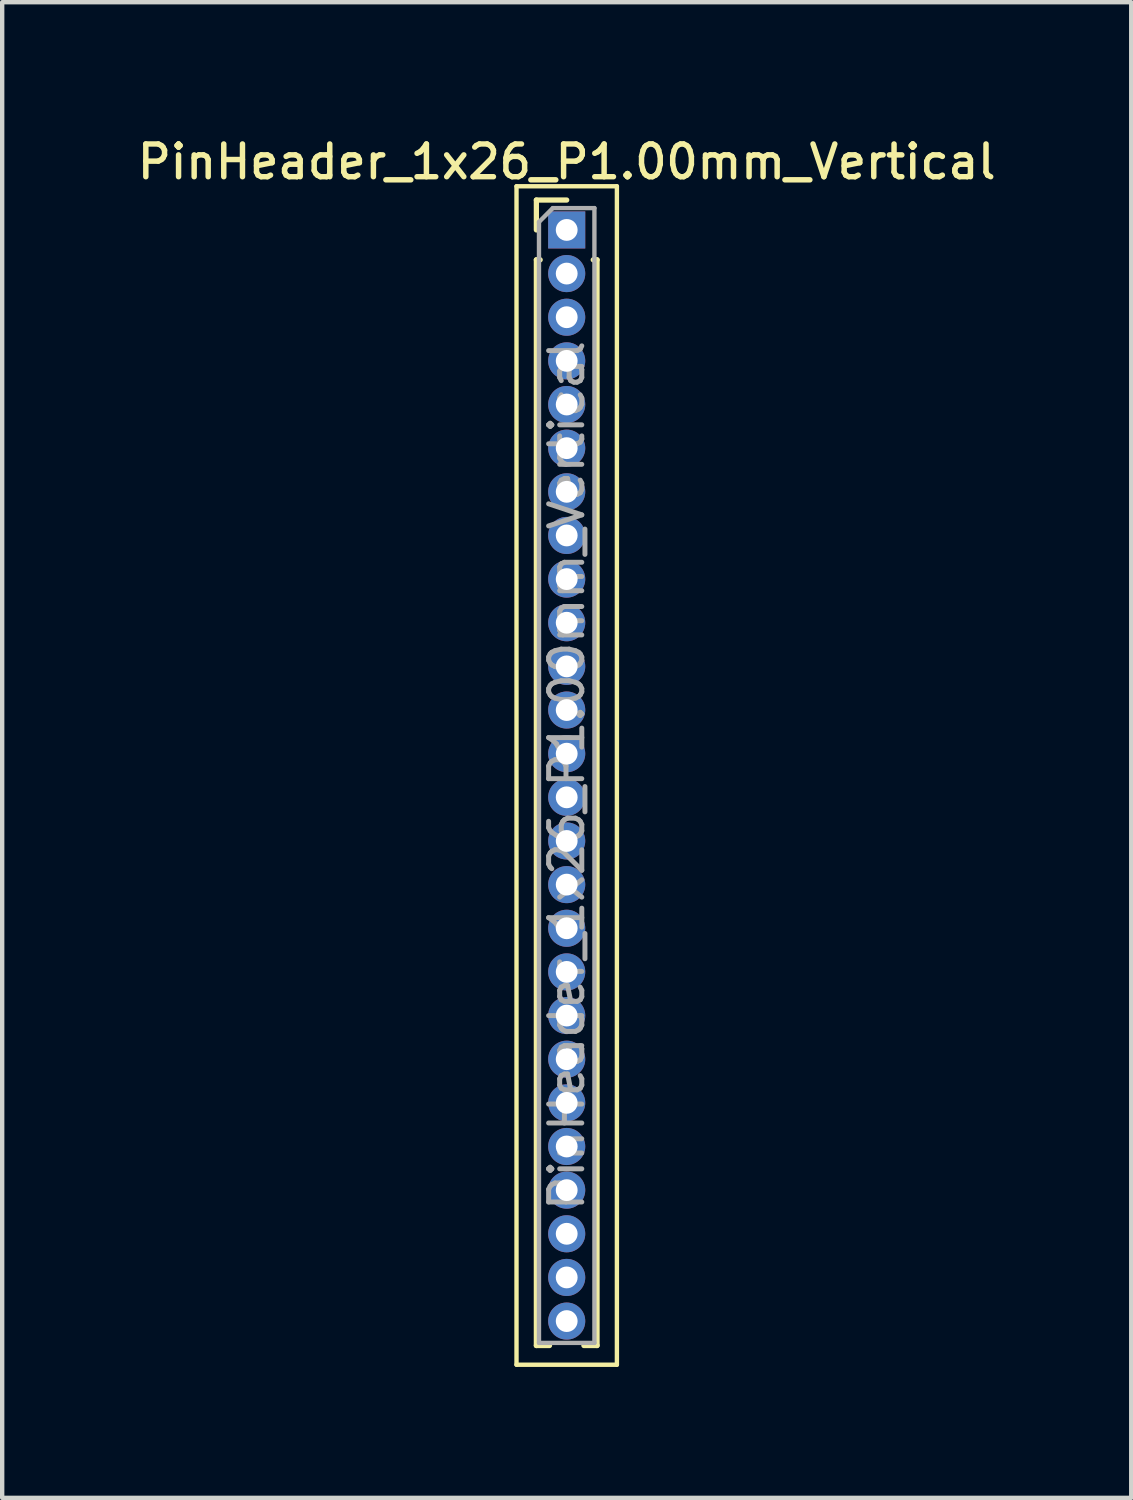
<source format=kicad_pcb>
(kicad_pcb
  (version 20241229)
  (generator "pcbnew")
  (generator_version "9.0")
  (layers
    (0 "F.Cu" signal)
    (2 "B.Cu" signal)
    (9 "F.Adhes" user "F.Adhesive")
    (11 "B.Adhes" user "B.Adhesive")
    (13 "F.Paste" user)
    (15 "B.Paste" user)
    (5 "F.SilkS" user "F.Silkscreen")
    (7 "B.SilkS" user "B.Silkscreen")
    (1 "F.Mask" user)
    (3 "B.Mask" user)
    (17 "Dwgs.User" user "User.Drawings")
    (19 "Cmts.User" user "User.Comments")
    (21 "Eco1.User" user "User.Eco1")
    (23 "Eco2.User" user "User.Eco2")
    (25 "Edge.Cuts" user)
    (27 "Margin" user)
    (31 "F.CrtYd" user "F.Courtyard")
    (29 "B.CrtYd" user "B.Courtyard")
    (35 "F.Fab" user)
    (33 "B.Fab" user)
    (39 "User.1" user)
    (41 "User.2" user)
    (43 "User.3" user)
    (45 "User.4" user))
  (footprint "PinHeader_1x26_P1.00mm_Vertical"
    (layer "F.Cu")
    (at 9.934 2.218)
    (property "Reference" "PinHeader_1x26_P1.00mm_Vertical" (at 0 -1.56 0) (layer "F.SilkS") (effects (font (size 0.75 0.75) (thickness 0.125))))
    (attr through_hole)
    (fp_line (start -1.15 -1) (end -1.15 26) (stroke (width 0.1) (type solid)) (layer "F.SilkS"))
    (fp_line (start -1.15 26) (end 1.15 26) (stroke (width 0.1) (type solid)) (layer "F.SilkS"))
    (fp_line (start -0.695 -0.685) (end 0 -0.685) (stroke (width 0.12) (type solid)) (layer "F.SilkS"))
    (fp_line (start -0.695 0) (end -0.695 -0.685) (stroke (width 0.12) (type solid)) (layer "F.SilkS"))
    (fp_line (start -0.695 0.685) (end -0.695 25.56) (stroke (width 0.12) (type solid)) (layer "F.SilkS"))
    (fp_line (start -0.695 0.685) (end -0.608 0.685) (stroke (width 0.12) (type solid)) (layer "F.SilkS"))
    (fp_line (start -0.695 25.56) (end -0.394 25.56) (stroke (width 0.12) (type solid)) (layer "F.SilkS"))
    (fp_line (start 0.394 25.56) (end 0.695 25.56) (stroke (width 0.12) (type solid)) (layer "F.SilkS"))
    (fp_line (start 0.608 0.685) (end 0.695 0.685) (stroke (width 0.12) (type solid)) (layer "F.SilkS"))
    (fp_line (start 0.695 0.685) (end 0.695 25.56) (stroke (width 0.12) (type solid)) (layer "F.SilkS"))
    (fp_line (start 1.15 -1) (end -1.15 -1) (stroke (width 0.1) (type solid)) (layer "F.SilkS"))
    (fp_line (start 1.15 26) (end 1.15 -1) (stroke (width 0.1) (type solid)) (layer "F.SilkS"))
    (fp_line (start -0.635 -0.182) (end -0.318 -0.5) (stroke (width 0.1) (type solid)) (layer "F.Fab"))
    (fp_line (start -0.635 25.5) (end -0.635 -0.182) (stroke (width 0.1) (type solid)) (layer "F.Fab"))
    (fp_line (start -0.318 -0.5) (end 0.635 -0.5) (stroke (width 0.1) (type solid)) (layer "F.Fab"))
    (fp_line (start 0.635 -0.5) (end 0.635 25.5) (stroke (width 0.1) (type solid)) (layer "F.Fab"))
    (fp_line (start 0.635 25.5) (end -0.635 25.5) (stroke (width 0.1) (type solid)) (layer "F.Fab"))
    (fp_text user "${REFERENCE}" (at 0 12.5 90) (layer "F.Fab") (effects (font (size 0.76 0.76) (thickness 0.114))))
    (pad "1" thru_hole rect (at 0 0) (size 0.85 0.85) (drill 0.5) (layers "*.Cu" "*.Mask"))
    (pad "2" thru_hole oval (at 0 1) (size 0.85 0.85) (drill 0.5) (layers "*.Cu" "*.Mask"))
    (pad "3" thru_hole oval (at 0 2) (size 0.85 0.85) (drill 0.5) (layers "*.Cu" "*.Mask"))
    (pad "4" thru_hole oval (at 0 3) (size 0.85 0.85) (drill 0.5) (layers "*.Cu" "*.Mask"))
    (pad "5" thru_hole oval (at 0 4) (size 0.85 0.85) (drill 0.5) (layers "*.Cu" "*.Mask"))
    (pad "6" thru_hole oval (at 0 5) (size 0.85 0.85) (drill 0.5) (layers "*.Cu" "*.Mask"))
    (pad "7" thru_hole oval (at 0 6) (size 0.85 0.85) (drill 0.5) (layers "*.Cu" "*.Mask"))
    (pad "8" thru_hole oval (at 0 7) (size 0.85 0.85) (drill 0.5) (layers "*.Cu" "*.Mask"))
    (pad "9" thru_hole oval (at 0 8) (size 0.85 0.85) (drill 0.5) (layers "*.Cu" "*.Mask"))
    (pad "10" thru_hole oval (at 0 9) (size 0.85 0.85) (drill 0.5) (layers "*.Cu" "*.Mask"))
    (pad "11" thru_hole oval (at 0 10) (size 0.85 0.85) (drill 0.5) (layers "*.Cu" "*.Mask"))
    (pad "12" thru_hole oval (at 0 11) (size 0.85 0.85) (drill 0.5) (layers "*.Cu" "*.Mask"))
    (pad "13" thru_hole oval (at 0 12) (size 0.85 0.85) (drill 0.5) (layers "*.Cu" "*.Mask"))
    (pad "14" thru_hole oval (at 0 13) (size 0.85 0.85) (drill 0.5) (layers "*.Cu" "*.Mask"))
    (pad "15" thru_hole oval (at 0 14) (size 0.85 0.85) (drill 0.5) (layers "*.Cu" "*.Mask"))
    (pad "16" thru_hole oval (at 0 15) (size 0.85 0.85) (drill 0.5) (layers "*.Cu" "*.Mask"))
    (pad "17" thru_hole oval (at 0 16) (size 0.85 0.85) (drill 0.5) (layers "*.Cu" "*.Mask"))
    (pad "18" thru_hole oval (at 0 17) (size 0.85 0.85) (drill 0.5) (layers "*.Cu" "*.Mask"))
    (pad "19" thru_hole oval (at 0 18) (size 0.85 0.85) (drill 0.5) (layers "*.Cu" "*.Mask"))
    (pad "20" thru_hole oval (at 0 19) (size 0.85 0.85) (drill 0.5) (layers "*.Cu" "*.Mask"))
    (pad "21" thru_hole oval (at 0 20) (size 0.85 0.85) (drill 0.5) (layers "*.Cu" "*.Mask"))
    (pad "22" thru_hole oval (at 0 21) (size 0.85 0.85) (drill 0.5) (layers "*.Cu" "*.Mask"))
    (pad "23" thru_hole oval (at 0 22) (size 0.85 0.85) (drill 0.5) (layers "*.Cu" "*.Mask"))
    (pad "24" thru_hole oval (at 0 23) (size 0.85 0.85) (drill 0.5) (layers "*.Cu" "*.Mask"))
    (pad "25" thru_hole oval (at 0 24) (size 0.85 0.85) (drill 0.5) (layers "*.Cu" "*.Mask"))
    (pad "26" thru_hole oval (at 0 25) (size 0.85 0.85) (drill 0.5) (layers "*.Cu" "*.Mask")))
  (gr_rect
    (start -3 -3)
    (end 22.868 31.268)
    (stroke (width 0.1) (type default))
    (fill no)
    (layer "Edge.Cuts")))
</source>
